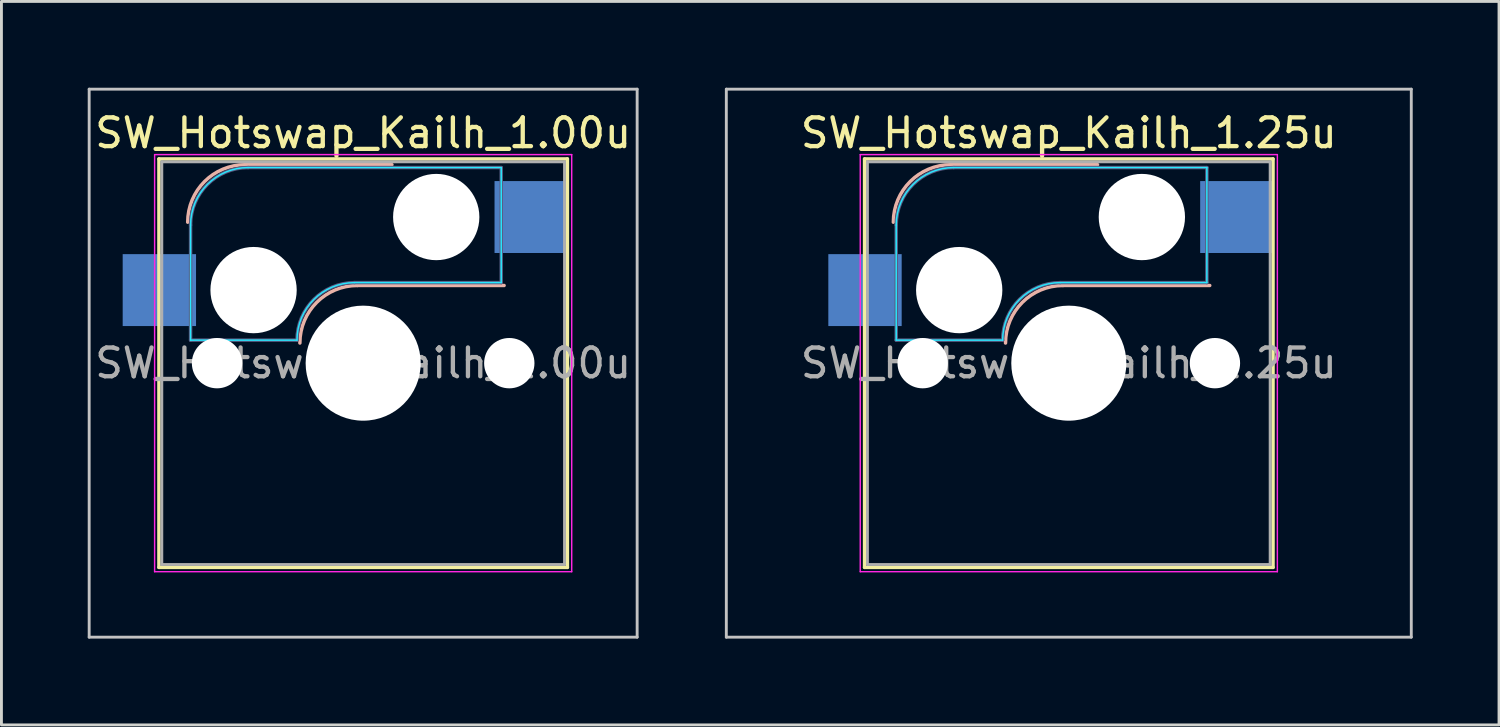
<source format=kicad_pcb>
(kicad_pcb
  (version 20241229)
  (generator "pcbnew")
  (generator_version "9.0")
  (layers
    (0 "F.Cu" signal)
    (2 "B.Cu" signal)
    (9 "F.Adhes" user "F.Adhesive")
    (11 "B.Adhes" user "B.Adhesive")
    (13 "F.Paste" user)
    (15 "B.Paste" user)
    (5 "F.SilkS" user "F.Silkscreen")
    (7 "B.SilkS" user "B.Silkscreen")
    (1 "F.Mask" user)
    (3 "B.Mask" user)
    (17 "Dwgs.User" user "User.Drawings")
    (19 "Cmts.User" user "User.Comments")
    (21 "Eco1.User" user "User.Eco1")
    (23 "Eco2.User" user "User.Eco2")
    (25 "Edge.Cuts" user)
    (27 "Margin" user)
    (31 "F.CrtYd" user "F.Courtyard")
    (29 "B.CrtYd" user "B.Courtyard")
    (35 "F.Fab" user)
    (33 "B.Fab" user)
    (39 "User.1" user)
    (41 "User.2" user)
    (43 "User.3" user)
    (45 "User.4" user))
  (footprint "SW_Hotswap_Kailh_1.25u"
    (layer "F.Cu")
    (at 34.106 9.575)
    (property "Reference" "SW_Hotswap_Kailh_1.25u" (at 0 -8 0) (layer "F.SilkS") (effects (font (size 1 1) (thickness 0.15))))
    (attr smd)
    (fp_line (start -7.1 -7.1) (end -7.1 7.1) (stroke (width 0.12) (type solid)) (layer "F.SilkS"))
    (fp_line (start -7.1 7.1) (end 7.1 7.1) (stroke (width 0.12) (type solid)) (layer "F.SilkS"))
    (fp_line (start 7.1 -7.1) (end -7.1 -7.1) (stroke (width 0.12) (type solid)) (layer "F.SilkS"))
    (fp_line (start 7.1 7.1) (end 7.1 -7.1) (stroke (width 0.12) (type solid)) (layer "F.SilkS"))
    (fp_line (start -4.1 -6.9) (end 1 -6.9) (stroke (width 0.12) (type solid)) (layer "B.SilkS"))
    (fp_line (start -0.2 -2.7) (end 4.9 -2.7) (stroke (width 0.12) (type solid)) (layer "B.SilkS"))
    (fp_arc (start -6.1 -4.9) (mid -5.514214 -6.314214) (end -4.1 -6.9) (stroke (width 0.12) (type solid)) (layer "B.SilkS"))
    (fp_arc (start -2.2 -0.7) (mid -1.614214 -2.114214) (end -0.2 -2.7) (stroke (width 0.12) (type solid)) (layer "B.SilkS"))
    (fp_line (start -11.906 -9.525) (end -11.906 9.525) (stroke (width 0.1) (type solid)) (layer "Dwgs.User"))
    (fp_line (start -11.906 9.525) (end 11.906 9.525) (stroke (width 0.1) (type solid)) (layer "Dwgs.User"))
    (fp_line (start 11.906 -9.525) (end -11.906 -9.525) (stroke (width 0.1) (type solid)) (layer "Dwgs.User"))
    (fp_line (start 11.906 9.525) (end 11.906 -9.525) (stroke (width 0.1) (type solid)) (layer "Dwgs.User"))
    (fp_line (start -7.8 -6) (end -7 -6) (stroke (width 0.1) (type solid)) (layer "Eco1.User"))
    (fp_line (start -7.8 -2.9) (end -7.8 -6) (stroke (width 0.1) (type solid)) (layer "Eco1.User"))
    (fp_line (start -7.8 2.9) (end -7 2.9) (stroke (width 0.1) (type solid)) (layer "Eco1.User"))
    (fp_line (start -7.8 6) (end -7.8 2.9) (stroke (width 0.1) (type solid)) (layer "Eco1.User"))
    (fp_line (start -7 -7) (end 7 -7) (stroke (width 0.1) (type solid)) (layer "Eco1.User"))
    (fp_line (start -7 -6) (end -7 -7) (stroke (width 0.1) (type solid)) (layer "Eco1.User"))
    (fp_line (start -7 -2.9) (end -7.8 -2.9) (stroke (width 0.1) (type solid)) (layer "Eco1.User"))
    (fp_line (start -7 2.9) (end -7 -2.9) (stroke (width 0.1) (type solid)) (layer "Eco1.User"))
    (fp_line (start -7 6) (end -7.8 6) (stroke (width 0.1) (type solid)) (layer "Eco1.User"))
    (fp_line (start -7 7) (end -7 6) (stroke (width 0.1) (type solid)) (layer "Eco1.User"))
    (fp_line (start 7 -7) (end 7 -6) (stroke (width 0.1) (type solid)) (layer "Eco1.User"))
    (fp_line (start 7 -6) (end 7.8 -6) (stroke (width 0.1) (type solid)) (layer "Eco1.User"))
    (fp_line (start 7 -2.9) (end 7 2.9) (stroke (width 0.1) (type solid)) (layer "Eco1.User"))
    (fp_line (start 7 2.9) (end 7.8 2.9) (stroke (width 0.1) (type solid)) (layer "Eco1.User"))
    (fp_line (start 7 6) (end 7 7) (stroke (width 0.1) (type solid)) (layer "Eco1.User"))
    (fp_line (start 7 7) (end -7 7) (stroke (width 0.1) (type solid)) (layer "Eco1.User"))
    (fp_line (start 7.8 -6) (end 7.8 -2.9) (stroke (width 0.1) (type solid)) (layer "Eco1.User"))
    (fp_line (start 7.8 -2.9) (end 7 -2.9) (stroke (width 0.1) (type solid)) (layer "Eco1.User"))
    (fp_line (start 7.8 2.9) (end 7.8 6) (stroke (width 0.1) (type solid)) (layer "Eco1.User"))
    (fp_line (start 7.8 6) (end 7 6) (stroke (width 0.1) (type solid)) (layer "Eco1.User"))
    (fp_line (start -6 -0.8) (end -6 -4.8) (stroke (width 0.05) (type solid)) (layer "B.CrtYd"))
    (fp_line (start -6 -0.8) (end -2.3 -0.8) (stroke (width 0.05) (type solid)) (layer "B.CrtYd"))
    (fp_line (start -4 -6.8) (end 4.8 -6.8) (stroke (width 0.05) (type solid)) (layer "B.CrtYd"))
    (fp_line (start -0.3 -2.8) (end 4.8 -2.8) (stroke (width 0.05) (type solid)) (layer "B.CrtYd"))
    (fp_line (start 4.8 -6.8) (end 4.8 -2.8) (stroke (width 0.05) (type solid)) (layer "B.CrtYd"))
    (fp_arc (start -6 -4.8) (mid -5.414214 -6.214214) (end -4 -6.8) (stroke (width 0.05) (type solid)) (layer "B.CrtYd"))
    (fp_arc (start -2.3 -0.8) (mid -1.714214 -2.214214) (end -0.3 -2.8) (stroke (width 0.05) (type solid)) (layer "B.CrtYd"))
    (fp_line (start -7.25 -7.25) (end -7.25 7.25) (stroke (width 0.05) (type solid)) (layer "F.CrtYd"))
    (fp_line (start -7.25 7.25) (end 7.25 7.25) (stroke (width 0.05) (type solid)) (layer "F.CrtYd"))
    (fp_line (start 7.25 -7.25) (end -7.25 -7.25) (stroke (width 0.05) (type solid)) (layer "F.CrtYd"))
    (fp_line (start 7.25 7.25) (end 7.25 -7.25) (stroke (width 0.05) (type solid)) (layer "F.CrtYd"))
    (fp_line (start -6 -0.8) (end -6 -4.8) (stroke (width 0.12) (type solid)) (layer "B.Fab"))
    (fp_line (start -6 -0.8) (end -2.3 -0.8) (stroke (width 0.12) (type solid)) (layer "B.Fab"))
    (fp_line (start -4 -6.8) (end 4.8 -6.8) (stroke (width 0.12) (type solid)) (layer "B.Fab"))
    (fp_line (start -0.3 -2.8) (end 4.8 -2.8) (stroke (width 0.12) (type solid)) (layer "B.Fab"))
    (fp_line (start 4.8 -6.8) (end 4.8 -2.8) (stroke (width 0.12) (type solid)) (layer "B.Fab"))
    (fp_arc (start -6 -4.8) (mid -5.414214 -6.214214) (end -4 -6.8) (stroke (width 0.12) (type solid)) (layer "B.Fab"))
    (fp_arc (start -2.3 -0.8) (mid -1.714214 -2.214214) (end -0.3 -2.8) (stroke (width 0.12) (type solid)) (layer "B.Fab"))
    (fp_line (start -7 -7) (end -7 7) (stroke (width 0.1) (type solid)) (layer "F.Fab"))
    (fp_line (start -7 7) (end 7 7) (stroke (width 0.1) (type solid)) (layer "F.Fab"))
    (fp_line (start 7 -7) (end -7 -7) (stroke (width 0.1) (type solid)) (layer "F.Fab"))
    (fp_line (start 7 7) (end 7 -7) (stroke (width 0.1) (type solid)) (layer "F.Fab"))
    (fp_text user "${REFERENCE}" (at 0 0 0) (layer "F.Fab") (effects (font (size 1 1) (thickness 0.15))))
    (pad "" np_thru_hole circle (at -5.08 0) (size 1.75 1.75) (drill 1.75) (layers "*.Cu" "*.Mask"))
    (pad "" np_thru_hole circle (at -3.81 -2.54) (size 3 3) (drill 3) (layers "*.Cu" "*.Mask"))
    (pad "" np_thru_hole circle (at 0 0) (size 4 4) (drill 4) (layers "*.Cu" "*.Mask"))
    (pad "" np_thru_hole circle (at 2.54 -5.08) (size 3 3) (drill 3) (layers "*.Cu" "*.Mask"))
    (pad "" np_thru_hole circle (at 5.08 0) (size 1.75 1.75) (drill 1.75) (layers "*.Cu" "*.Mask"))
    (pad "1" smd rect (at -7.085 -2.54) (size 2.55 2.5) (layers "B.Cu" "B.Mask" "B.Paste"))
    (pad "2" smd rect (at 5.842 -5.08) (size 2.55 2.5) (layers "B.Cu" "B.Mask" "B.Paste")))
  (footprint "SW_Hotswap_Kailh_1.00u"
    (layer "F.Cu")
    (at 9.575 9.575)
    (property "Reference" "SW_Hotswap_Kailh_1.00u" (at 0 -8 0) (layer "F.SilkS") (effects (font (size 1 1) (thickness 0.15))))
    (attr smd)
    (fp_line (start -7.1 -7.1) (end -7.1 7.1) (stroke (width 0.12) (type solid)) (layer "F.SilkS"))
    (fp_line (start -7.1 7.1) (end 7.1 7.1) (stroke (width 0.12) (type solid)) (layer "F.SilkS"))
    (fp_line (start 7.1 -7.1) (end -7.1 -7.1) (stroke (width 0.12) (type solid)) (layer "F.SilkS"))
    (fp_line (start 7.1 7.1) (end 7.1 -7.1) (stroke (width 0.12) (type solid)) (layer "F.SilkS"))
    (fp_line (start -4.1 -6.9) (end 1 -6.9) (stroke (width 0.12) (type solid)) (layer "B.SilkS"))
    (fp_line (start -0.2 -2.7) (end 4.9 -2.7) (stroke (width 0.12) (type solid)) (layer "B.SilkS"))
    (fp_arc (start -6.1 -4.9) (mid -5.514214 -6.314214) (end -4.1 -6.9) (stroke (width 0.12) (type solid)) (layer "B.SilkS"))
    (fp_arc (start -2.2 -0.7) (mid -1.614214 -2.114214) (end -0.2 -2.7) (stroke (width 0.12) (type solid)) (layer "B.SilkS"))
    (fp_line (start -9.525 -9.525) (end -9.525 9.525) (stroke (width 0.1) (type solid)) (layer "Dwgs.User"))
    (fp_line (start -9.525 9.525) (end 9.525 9.525) (stroke (width 0.1) (type solid)) (layer "Dwgs.User"))
    (fp_line (start 9.525 -9.525) (end -9.525 -9.525) (stroke (width 0.1) (type solid)) (layer "Dwgs.User"))
    (fp_line (start 9.525 9.525) (end 9.525 -9.525) (stroke (width 0.1) (type solid)) (layer "Dwgs.User"))
    (fp_line (start -7.8 -6) (end -7 -6) (stroke (width 0.1) (type solid)) (layer "Eco1.User"))
    (fp_line (start -7.8 -2.9) (end -7.8 -6) (stroke (width 0.1) (type solid)) (layer "Eco1.User"))
    (fp_line (start -7.8 2.9) (end -7 2.9) (stroke (width 0.1) (type solid)) (layer "Eco1.User"))
    (fp_line (start -7.8 6) (end -7.8 2.9) (stroke (width 0.1) (type solid)) (layer "Eco1.User"))
    (fp_line (start -7 -7) (end 7 -7) (stroke (width 0.1) (type solid)) (layer "Eco1.User"))
    (fp_line (start -7 -6) (end -7 -7) (stroke (width 0.1) (type solid)) (layer "Eco1.User"))
    (fp_line (start -7 -2.9) (end -7.8 -2.9) (stroke (width 0.1) (type solid)) (layer "Eco1.User"))
    (fp_line (start -7 2.9) (end -7 -2.9) (stroke (width 0.1) (type solid)) (layer "Eco1.User"))
    (fp_line (start -7 6) (end -7.8 6) (stroke (width 0.1) (type solid)) (layer "Eco1.User"))
    (fp_line (start -7 7) (end -7 6) (stroke (width 0.1) (type solid)) (layer "Eco1.User"))
    (fp_line (start 7 -7) (end 7 -6) (stroke (width 0.1) (type solid)) (layer "Eco1.User"))
    (fp_line (start 7 -6) (end 7.8 -6) (stroke (width 0.1) (type solid)) (layer "Eco1.User"))
    (fp_line (start 7 -2.9) (end 7 2.9) (stroke (width 0.1) (type solid)) (layer "Eco1.User"))
    (fp_line (start 7 2.9) (end 7.8 2.9) (stroke (width 0.1) (type solid)) (layer "Eco1.User"))
    (fp_line (start 7 6) (end 7 7) (stroke (width 0.1) (type solid)) (layer "Eco1.User"))
    (fp_line (start 7 7) (end -7 7) (stroke (width 0.1) (type solid)) (layer "Eco1.User"))
    (fp_line (start 7.8 -6) (end 7.8 -2.9) (stroke (width 0.1) (type solid)) (layer "Eco1.User"))
    (fp_line (start 7.8 -2.9) (end 7 -2.9) (stroke (width 0.1) (type solid)) (layer "Eco1.User"))
    (fp_line (start 7.8 2.9) (end 7.8 6) (stroke (width 0.1) (type solid)) (layer "Eco1.User"))
    (fp_line (start 7.8 6) (end 7 6) (stroke (width 0.1) (type solid)) (layer "Eco1.User"))
    (fp_line (start -6 -0.8) (end -6 -4.8) (stroke (width 0.05) (type solid)) (layer "B.CrtYd"))
    (fp_line (start -6 -0.8) (end -2.3 -0.8) (stroke (width 0.05) (type solid)) (layer "B.CrtYd"))
    (fp_line (start -4 -6.8) (end 4.8 -6.8) (stroke (width 0.05) (type solid)) (layer "B.CrtYd"))
    (fp_line (start -0.3 -2.8) (end 4.8 -2.8) (stroke (width 0.05) (type solid)) (layer "B.CrtYd"))
    (fp_line (start 4.8 -6.8) (end 4.8 -2.8) (stroke (width 0.05) (type solid)) (layer "B.CrtYd"))
    (fp_arc (start -6 -4.8) (mid -5.414214 -6.214214) (end -4 -6.8) (stroke (width 0.05) (type solid)) (layer "B.CrtYd"))
    (fp_arc (start -2.3 -0.8) (mid -1.714214 -2.214214) (end -0.3 -2.8) (stroke (width 0.05) (type solid)) (layer "B.CrtYd"))
    (fp_line (start -7.25 -7.25) (end -7.25 7.25) (stroke (width 0.05) (type solid)) (layer "F.CrtYd"))
    (fp_line (start -7.25 7.25) (end 7.25 7.25) (stroke (width 0.05) (type solid)) (layer "F.CrtYd"))
    (fp_line (start 7.25 -7.25) (end -7.25 -7.25) (stroke (width 0.05) (type solid)) (layer "F.CrtYd"))
    (fp_line (start 7.25 7.25) (end 7.25 -7.25) (stroke (width 0.05) (type solid)) (layer "F.CrtYd"))
    (fp_line (start -6 -0.8) (end -6 -4.8) (stroke (width 0.12) (type solid)) (layer "B.Fab"))
    (fp_line (start -6 -0.8) (end -2.3 -0.8) (stroke (width 0.12) (type solid)) (layer "B.Fab"))
    (fp_line (start -4 -6.8) (end 4.8 -6.8) (stroke (width 0.12) (type solid)) (layer "B.Fab"))
    (fp_line (start -0.3 -2.8) (end 4.8 -2.8) (stroke (width 0.12) (type solid)) (layer "B.Fab"))
    (fp_line (start 4.8 -6.8) (end 4.8 -2.8) (stroke (width 0.12) (type solid)) (layer "B.Fab"))
    (fp_arc (start -6 -4.8) (mid -5.414214 -6.214214) (end -4 -6.8) (stroke (width 0.12) (type solid)) (layer "B.Fab"))
    (fp_arc (start -2.3 -0.8) (mid -1.714214 -2.214214) (end -0.3 -2.8) (stroke (width 0.12) (type solid)) (layer "B.Fab"))
    (fp_line (start -7 -7) (end -7 7) (stroke (width 0.1) (type solid)) (layer "F.Fab"))
    (fp_line (start -7 7) (end 7 7) (stroke (width 0.1) (type solid)) (layer "F.Fab"))
    (fp_line (start 7 -7) (end -7 -7) (stroke (width 0.1) (type solid)) (layer "F.Fab"))
    (fp_line (start 7 7) (end 7 -7) (stroke (width 0.1) (type solid)) (layer "F.Fab"))
    (fp_text user "${REFERENCE}" (at 0 0 0) (layer "F.Fab") (effects (font (size 1 1) (thickness 0.15))))
    (pad "" np_thru_hole circle (at -5.08 0) (size 1.75 1.75) (drill 1.75) (layers "*.Cu" "*.Mask"))
    (pad "" np_thru_hole circle (at -3.81 -2.54) (size 3 3) (drill 3) (layers "*.Cu" "*.Mask"))
    (pad "" np_thru_hole circle (at 0 0) (size 4 4) (drill 4) (layers "*.Cu" "*.Mask"))
    (pad "" np_thru_hole circle (at 2.54 -5.08) (size 3 3) (drill 3) (layers "*.Cu" "*.Mask"))
    (pad "" np_thru_hole circle (at 5.08 0) (size 1.75 1.75) (drill 1.75) (layers "*.Cu" "*.Mask"))
    (pad "1" smd rect (at -7.085 -2.54) (size 2.55 2.5) (layers "B.Cu" "B.Mask" "B.Paste"))
    (pad "2" smd rect (at 5.842 -5.08) (size 2.55 2.5) (layers "B.Cu" "B.Mask" "B.Paste")))
  (gr_rect
    (start -3 -3)
    (end 49.062 22.15)
    (stroke (width 0.1) (type default))
    (fill no)
    (layer "Edge.Cuts")))
</source>
